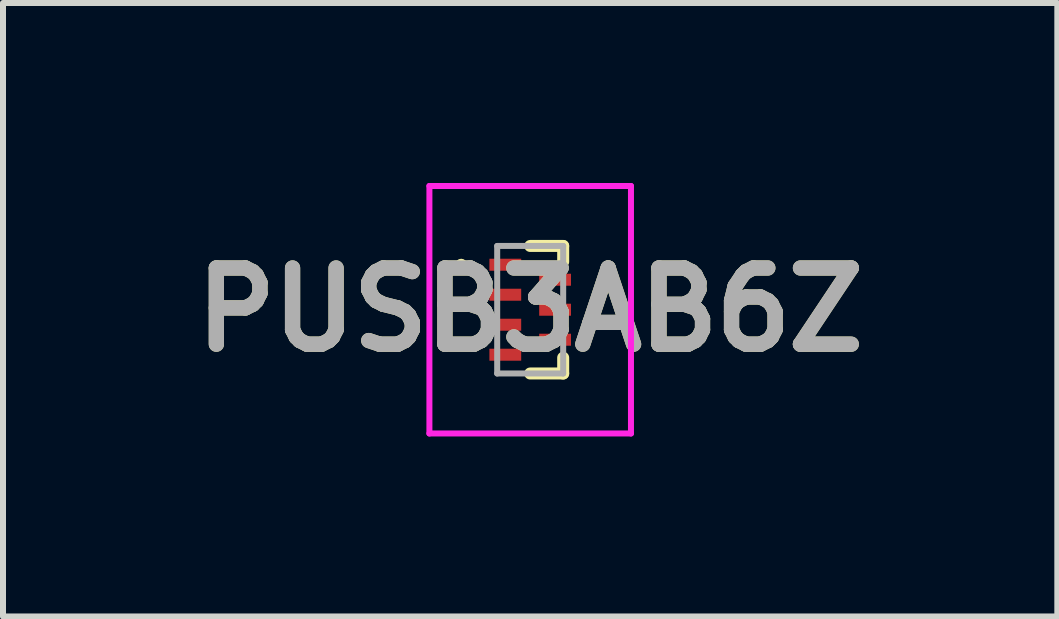
<source format=kicad_pcb>
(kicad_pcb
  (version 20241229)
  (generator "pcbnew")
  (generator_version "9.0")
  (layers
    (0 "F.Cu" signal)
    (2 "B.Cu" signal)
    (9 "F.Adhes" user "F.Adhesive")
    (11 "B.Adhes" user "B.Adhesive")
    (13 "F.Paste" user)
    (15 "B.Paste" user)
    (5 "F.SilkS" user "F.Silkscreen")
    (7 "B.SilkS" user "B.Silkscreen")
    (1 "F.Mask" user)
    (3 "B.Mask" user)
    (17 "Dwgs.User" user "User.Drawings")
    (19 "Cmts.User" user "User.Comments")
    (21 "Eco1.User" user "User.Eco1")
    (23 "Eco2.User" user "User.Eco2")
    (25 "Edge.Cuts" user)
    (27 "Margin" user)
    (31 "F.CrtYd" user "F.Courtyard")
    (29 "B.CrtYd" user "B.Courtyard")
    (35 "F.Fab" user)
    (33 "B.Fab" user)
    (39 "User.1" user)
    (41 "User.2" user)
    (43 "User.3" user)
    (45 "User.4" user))
  (footprint "PUSB3AB6Z"
    (layer "F.Cu")
    (at 5.788 2.113)
    (property "Reference" "PUSB3AB6Z" (at 0 0 0) (layer "F.SilkS") (effects (font (size 1.27 1.27) (thickness 0.254))))
    (attr smd)
    (fp_line (start -1.2 -0.75) (end -1.2 -0.75) (stroke (width 0.1) (type solid)) (layer "F.SilkS"))
    (fp_line (start -1.1 -0.75) (end -1.1 -0.75) (stroke (width 0.1) (type solid)) (layer "F.SilkS"))
    (fp_line (start 0 -1.063) (end 0.55 -1.063) (stroke (width 0.2) (type solid)) (layer "F.SilkS"))
    (fp_line (start 0 1.063) (end 0.55 1.063) (stroke (width 0.2) (type solid)) (layer "F.SilkS"))
    (fp_line (start 0.55 -1.063) (end 0.55 -0.8) (stroke (width 0.2) (type solid)) (layer "F.SilkS"))
    (fp_line (start 0.55 1.063) (end 0.55 0.8) (stroke (width 0.2) (type solid)) (layer "F.SilkS"))
    (fp_arc (start -1.2 -0.75) (mid -1.15 -0.8) (end -1.1 -0.75) (stroke (width 0.1) (type solid)) (layer "F.SilkS"))
    (fp_arc (start -1.1 -0.75) (mid -1.15 -0.7) (end -1.2 -0.75) (stroke (width 0.1) (type solid)) (layer "F.SilkS"))
    (fp_line (start -1.68 -2.063) (end 1.68 -2.063) (stroke (width 0.1) (type solid)) (layer "F.CrtYd"))
    (fp_line (start -1.68 2.063) (end -1.68 -2.063) (stroke (width 0.1) (type solid)) (layer "F.CrtYd"))
    (fp_line (start 1.68 -2.063) (end 1.68 2.063) (stroke (width 0.1) (type solid)) (layer "F.CrtYd"))
    (fp_line (start 1.68 2.063) (end -1.68 2.063) (stroke (width 0.1) (type solid)) (layer "F.CrtYd"))
    (fp_line (start -0.55 -1.063) (end 0.55 -1.063) (stroke (width 0.1) (type solid)) (layer "F.Fab"))
    (fp_line (start -0.55 1.063) (end -0.55 -1.063) (stroke (width 0.1) (type solid)) (layer "F.Fab"))
    (fp_line (start 0.55 -1.063) (end 0.55 1.063) (stroke (width 0.1) (type solid)) (layer "F.Fab"))
    (fp_line (start 0.55 1.063) (end -0.55 1.063) (stroke (width 0.1) (type solid)) (layer "F.Fab"))
    (fp_text user "${REFERENCE}" (at 0 0 0) (layer "F.Fab") (effects (font (size 1.27 1.27) (thickness 0.254))))
    (pad "1" smd rect (at -0.415 -0.75 90) (size 0.2 0.53) (layers "F.Cu" "F.Mask" "F.Paste"))
    (pad "2" smd rect (at -0.415 -0.25 90) (size 0.2 0.53) (layers "F.Cu" "F.Mask" "F.Paste"))
    (pad "3" smd rect (at -0.415 0.25 90) (size 0.2 0.53) (layers "F.Cu" "F.Mask" "F.Paste"))
    (pad "4" smd rect (at -0.415 0.75 90) (size 0.2 0.53) (layers "F.Cu" "F.Mask" "F.Paste"))
    (pad "5" smd rect (at 0.415 0.5 90) (size 0.2 0.53) (layers "F.Cu" "F.Mask" "F.Paste"))
    (pad "6" smd rect (at 0.415 0 90) (size 0.2 0.53) (layers "F.Cu" "F.Mask" "F.Paste"))
    (pad "7" smd rect (at 0.415 -0.5 90) (size 0.2 0.53) (layers "F.Cu" "F.Mask" "F.Paste")))
  (gr_rect
    (start -3 -3)
    (end 14.575 7.226)
    (stroke (width 0.1) (type default))
    (fill no)
    (layer "Edge.Cuts")))
</source>
